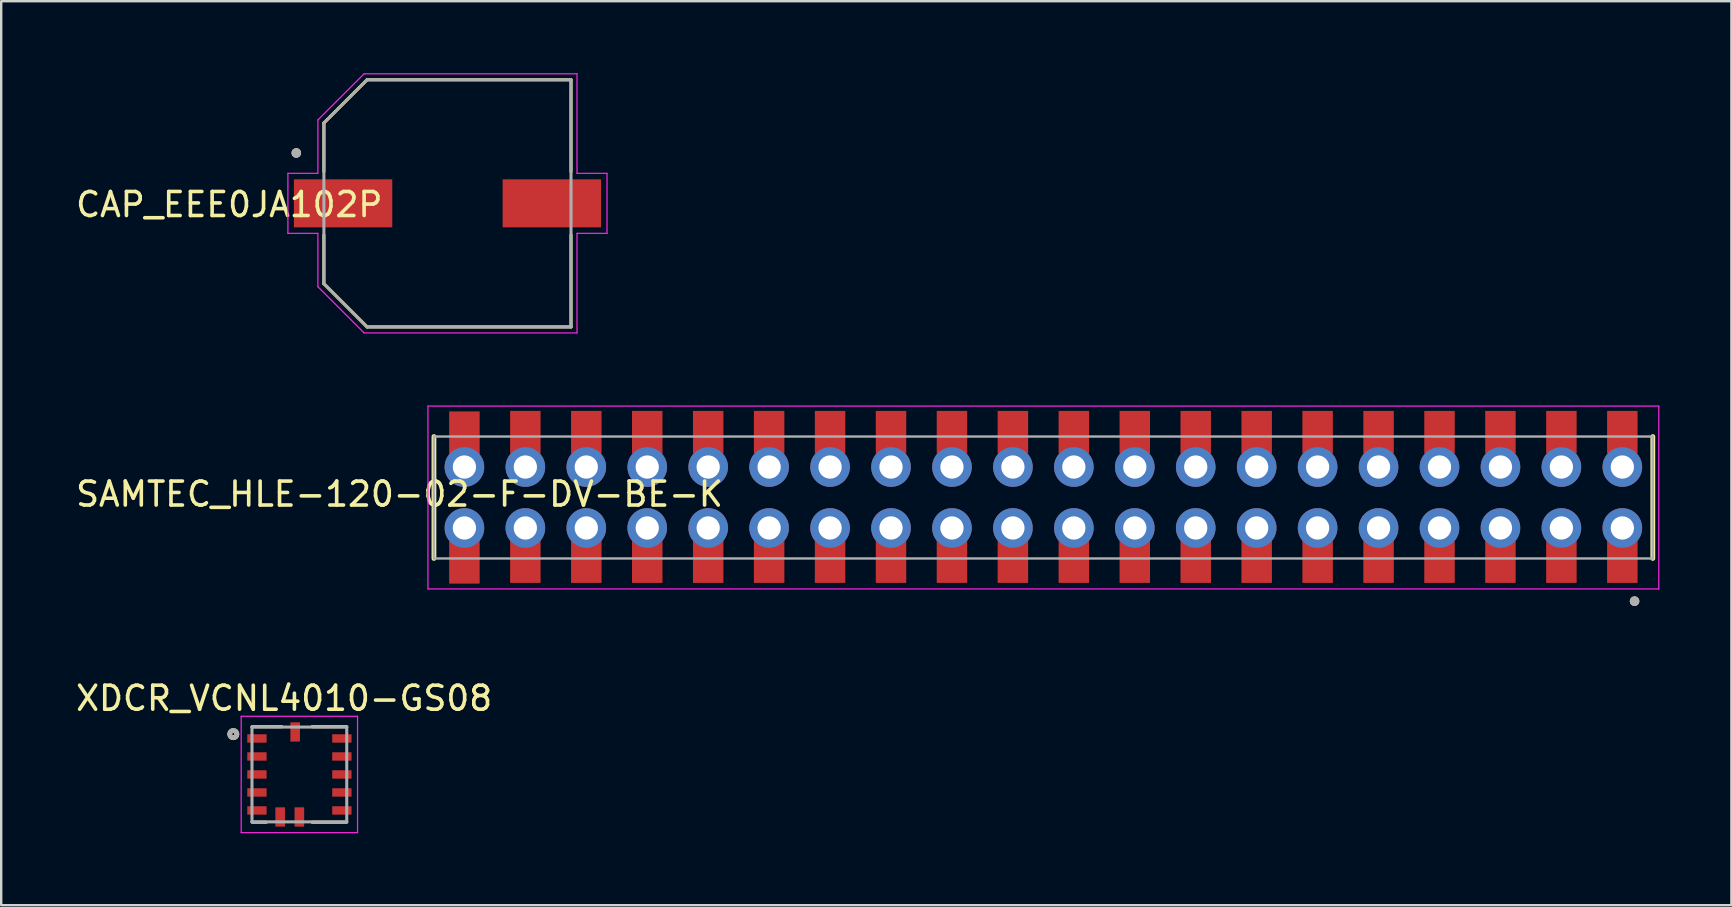
<source format=kicad_pcb>
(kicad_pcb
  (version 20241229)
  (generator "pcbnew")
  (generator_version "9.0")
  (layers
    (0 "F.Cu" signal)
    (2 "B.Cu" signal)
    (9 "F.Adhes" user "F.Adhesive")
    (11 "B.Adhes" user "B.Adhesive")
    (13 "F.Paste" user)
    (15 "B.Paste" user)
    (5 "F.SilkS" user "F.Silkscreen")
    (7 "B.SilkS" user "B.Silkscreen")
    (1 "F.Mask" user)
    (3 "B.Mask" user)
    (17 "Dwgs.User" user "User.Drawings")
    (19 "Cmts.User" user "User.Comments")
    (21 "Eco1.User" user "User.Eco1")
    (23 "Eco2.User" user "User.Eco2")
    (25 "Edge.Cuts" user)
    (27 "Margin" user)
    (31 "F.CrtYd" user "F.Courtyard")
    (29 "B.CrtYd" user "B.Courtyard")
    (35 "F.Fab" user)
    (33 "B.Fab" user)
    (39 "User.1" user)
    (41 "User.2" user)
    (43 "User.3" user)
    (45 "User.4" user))
  (footprint "XDCR_VCNL4010-GS08"
    (layer "F.Cu")
    (at 9.427 29.228)
    (property "Reference" "XDCR_VCNL4010-GS08" (at -0.635 -3.175 0) (layer "F.SilkS") (effects (font (size 1 1) (thickness 0.15))))
    (attr through_hole)
    (fp_line (start -1.975 -1.99) (end -0.73 -1.99) (stroke (width 0.127) (type solid)) (layer "F.SilkS"))
    (fp_line (start -1.375 1.99) (end -1.97 1.99) (stroke (width 0.127) (type solid)) (layer "F.SilkS"))
    (fp_line (start 0.53 1.99) (end 1.975 1.99) (stroke (width 0.127) (type solid)) (layer "F.SilkS"))
    (fp_line (start 1.975 -1.99) (end 0.53 -1.99) (stroke (width 0.127) (type solid)) (layer "F.SilkS"))
    (fp_circle (center -2.753 -1.681) (end -2.703 -1.681) (stroke (width 0.2) (type solid)) (fill no) (layer "F.SilkS"))
    (fp_line (start -2.425 -2.425) (end 2.425 -2.425) (stroke (width 0.05) (type solid)) (layer "F.CrtYd"))
    (fp_line (start -2.425 2.425) (end -2.425 -2.425) (stroke (width 0.05) (type solid)) (layer "F.CrtYd"))
    (fp_line (start 2.425 -2.425) (end 2.425 2.425) (stroke (width 0.05) (type solid)) (layer "F.CrtYd"))
    (fp_line (start 2.425 2.425) (end -2.425 2.425) (stroke (width 0.05) (type solid)) (layer "F.CrtYd"))
    (fp_line (start -1.975 -1.975) (end -1.975 1.975) (stroke (width 0.127) (type solid)) (layer "F.Fab"))
    (fp_line (start -1.975 -1.975) (end 1.975 -1.975) (stroke (width 0.127) (type solid)) (layer "F.Fab"))
    (fp_line (start 1.975 -1.975) (end 1.975 1.975) (stroke (width 0.127) (type solid)) (layer "F.Fab"))
    (fp_line (start 1.975 1.975) (end -1.975 1.975) (stroke (width 0.127) (type solid)) (layer "F.Fab"))
    (fp_circle (center -2.753 -1.681) (end -2.703 -1.681) (stroke (width 0.2) (type solid)) (fill no) (layer "F.Fab"))
    (pad "1" smd rect (at -1.768 -1.5) (size 0.805 0.35) (layers "F.Cu" "F.Mask" "F.Paste"))
    (pad "2" smd rect (at -1.768 -0.75) (size 0.805 0.35) (layers "F.Cu" "F.Mask" "F.Paste"))
    (pad "3" smd rect (at -1.768 0) (size 0.805 0.35) (layers "F.Cu" "F.Mask" "F.Paste"))
    (pad "4" smd rect (at -1.768 0.75) (size 0.805 0.35) (layers "F.Cu" "F.Mask" "F.Paste"))
    (pad "5" smd rect (at -1.768 1.5) (size 0.805 0.35) (layers "F.Cu" "F.Mask" "F.Paste"))
    (pad "6" smd rect (at -0.8 1.772) (size 0.4 0.805) (layers "F.Cu" "F.Mask" "F.Paste"))
    (pad "7" smd rect (at 1.772 1.5) (size 0.805 0.35) (layers "F.Cu" "F.Mask" "F.Paste"))
    (pad "8" smd rect (at 1.772 0.75) (size 0.805 0.35) (layers "F.Cu" "F.Mask" "F.Paste"))
    (pad "9" smd rect (at 1.772 0) (size 0.805 0.35) (layers "F.Cu" "F.Mask" "F.Paste"))
    (pad "10" smd rect (at 1.772 -0.75) (size 0.805 0.35) (layers "F.Cu" "F.Mask" "F.Paste"))
    (pad "11" smd rect (at 1.772 -1.5) (size 0.805 0.35) (layers "F.Cu" "F.Mask" "F.Paste"))
    (pad "12" smd rect (at -0.175 -1.772) (size 0.4 0.805) (layers "F.Cu" "F.Mask" "F.Paste"))
    (pad "13" smd rect (at 0 1.772) (size 0.4 0.805) (layers "F.Cu" "F.Mask" "F.Paste")))
  (footprint "SAMTEC_HLE-120-02-F-DV-BE-K"
    (layer "F.Cu")
    (at 40.436 17.685)
    (property "Reference" "SAMTEC_HLE-120-02-F-DV-BE-K" (at -26.835 -0.141 0) (layer "F.SilkS") (effects (font (size 1 1) (thickness 0.15))))
    (attr through_hole)
    (fp_line (start -25.4 2.54) (end -25.4 -2.54) (stroke (width 0.2) (type solid)) (layer "F.SilkS"))
    (fp_line (start 25.4 2.54) (end 25.4 -2.54) (stroke (width 0.2) (type solid)) (layer "F.SilkS"))
    (fp_circle (center 24.64 4.32) (end 24.74 4.32) (stroke (width 0.2) (type solid)) (fill no) (layer "F.SilkS"))
    (fp_line (start -25.65 -3.81) (end 25.65 -3.81) (stroke (width 0.05) (type solid)) (layer "F.CrtYd"))
    (fp_line (start -25.65 3.81) (end -25.65 -3.81) (stroke (width 0.05) (type solid)) (layer "F.CrtYd"))
    (fp_line (start 25.65 -3.81) (end 25.65 3.81) (stroke (width 0.05) (type solid)) (layer "F.CrtYd"))
    (fp_line (start 25.65 3.81) (end -25.65 3.81) (stroke (width 0.05) (type solid)) (layer "F.CrtYd"))
    (fp_line (start -25.4 -2.54) (end 25.4 -2.54) (stroke (width 0.1) (type solid)) (layer "F.Fab"))
    (fp_line (start -25.4 2.54) (end -25.4 -2.54) (stroke (width 0.1) (type solid)) (layer "F.Fab"))
    (fp_line (start 25.4 -2.54) (end 25.4 2.54) (stroke (width 0.1) (type solid)) (layer "F.Fab"))
    (fp_line (start 25.4 2.54) (end -25.4 2.54) (stroke (width 0.1) (type solid)) (layer "F.Fab"))
    (fp_circle (center 24.64 4.32) (end 24.74 4.32) (stroke (width 0.2) (type solid)) (fill no) (layer "F.Fab"))
    (pad "01" smd rect (at 24.13 -2.72) (size 1.27 1.778) (layers "F.Cu" "F.Mask" "F.Paste"))
    (pad "01" thru_hole circle (at 24.13 -1.27) (size 1.651 1.651) (drill 0.97) (layers "*.Cu" "*.Mask"))
    (pad "02" thru_hole circle (at 24.13 1.27) (size 1.651 1.651) (drill 0.97) (layers "*.Cu" "*.Mask"))
    (pad "02" smd rect (at 24.13 2.67) (size 1.27 1.778) (layers "F.Cu" "F.Mask" "F.Paste"))
    (pad "03" smd rect (at 21.59 -2.72) (size 1.27 1.778) (layers "F.Cu" "F.Mask" "F.Paste"))
    (pad "03" thru_hole circle (at 21.59 -1.27) (size 1.651 1.651) (drill 0.97) (layers "*.Cu" "*.Mask"))
    (pad "04" thru_hole circle (at 21.59 1.27) (size 1.651 1.651) (drill 0.97) (layers "*.Cu" "*.Mask"))
    (pad "04" smd rect (at 21.59 2.67) (size 1.27 1.778) (layers "F.Cu" "F.Mask" "F.Paste"))
    (pad "05" smd rect (at 19.05 -2.72) (size 1.27 1.778) (layers "F.Cu" "F.Mask" "F.Paste"))
    (pad "05" thru_hole circle (at 19.05 -1.27) (size 1.651 1.651) (drill 0.97) (layers "*.Cu" "*.Mask"))
    (pad "06" thru_hole circle (at 19.05 1.27) (size 1.651 1.651) (drill 0.97) (layers "*.Cu" "*.Mask"))
    (pad "06" smd rect (at 19.05 2.67) (size 1.27 1.778) (layers "F.Cu" "F.Mask" "F.Paste"))
    (pad "07" smd rect (at 16.51 -2.72) (size 1.27 1.778) (layers "F.Cu" "F.Mask" "F.Paste"))
    (pad "07" thru_hole circle (at 16.51 -1.27) (size 1.651 1.651) (drill 0.97) (layers "*.Cu" "*.Mask"))
    (pad "08" thru_hole circle (at 16.51 1.27) (size 1.651 1.651) (drill 0.97) (layers "*.Cu" "*.Mask"))
    (pad "08" smd rect (at 16.51 2.67) (size 1.27 1.778) (layers "F.Cu" "F.Mask" "F.Paste"))
    (pad "09" smd rect (at 13.97 -2.72) (size 1.27 1.778) (layers "F.Cu" "F.Mask" "F.Paste"))
    (pad "09" thru_hole circle (at 13.97 -1.27) (size 1.651 1.651) (drill 0.97) (layers "*.Cu" "*.Mask"))
    (pad "10" thru_hole circle (at 13.97 1.27) (size 1.651 1.651) (drill 0.97) (layers "*.Cu" "*.Mask"))
    (pad "10" smd rect (at 13.97 2.67) (size 1.27 1.778) (layers "F.Cu" "F.Mask" "F.Paste"))
    (pad "11" smd rect (at 11.43 -2.72) (size 1.27 1.778) (layers "F.Cu" "F.Mask" "F.Paste"))
    (pad "11" thru_hole circle (at 11.43 -1.27) (size 1.651 1.651) (drill 0.97) (layers "*.Cu" "*.Mask"))
    (pad "12" thru_hole circle (at 11.43 1.27) (size 1.651 1.651) (drill 0.97) (layers "*.Cu" "*.Mask"))
    (pad "12" smd rect (at 11.43 2.67) (size 1.27 1.778) (layers "F.Cu" "F.Mask" "F.Paste"))
    (pad "13" smd rect (at 8.89 -2.72) (size 1.27 1.778) (layers "F.Cu" "F.Mask" "F.Paste"))
    (pad "13" thru_hole circle (at 8.89 -1.27) (size 1.651 1.651) (drill 0.97) (layers "*.Cu" "*.Mask"))
    (pad "14" thru_hole circle (at 8.89 1.27) (size 1.651 1.651) (drill 0.97) (layers "*.Cu" "*.Mask"))
    (pad "14" smd rect (at 8.89 2.67) (size 1.27 1.778) (layers "F.Cu" "F.Mask" "F.Paste"))
    (pad "15" smd rect (at 6.35 -2.72) (size 1.27 1.778) (layers "F.Cu" "F.Mask" "F.Paste"))
    (pad "15" thru_hole circle (at 6.35 -1.27) (size 1.651 1.651) (drill 0.97) (layers "*.Cu" "*.Mask"))
    (pad "16" thru_hole circle (at 6.35 1.27) (size 1.651 1.651) (drill 0.97) (layers "*.Cu" "*.Mask"))
    (pad "16" smd rect (at 6.35 2.67) (size 1.27 1.778) (layers "F.Cu" "F.Mask" "F.Paste"))
    (pad "17" smd rect (at 3.81 -2.72) (size 1.27 1.778) (layers "F.Cu" "F.Mask" "F.Paste"))
    (pad "17" thru_hole circle (at 3.81 -1.27) (size 1.651 1.651) (drill 0.97) (layers "*.Cu" "*.Mask"))
    (pad "18" thru_hole circle (at 3.81 1.27) (size 1.651 1.651) (drill 0.97) (layers "*.Cu" "*.Mask"))
    (pad "18" smd rect (at 3.81 2.67) (size 1.27 1.778) (layers "F.Cu" "F.Mask" "F.Paste"))
    (pad "19" smd rect (at 1.27 -2.72) (size 1.27 1.778) (layers "F.Cu" "F.Mask" "F.Paste"))
    (pad "19" thru_hole circle (at 1.27 -1.27) (size 1.651 1.651) (drill 0.97) (layers "*.Cu" "*.Mask"))
    (pad "20" thru_hole circle (at 1.27 1.27) (size 1.651 1.651) (drill 0.97) (layers "*.Cu" "*.Mask"))
    (pad "20" smd rect (at 1.27 2.67) (size 1.27 1.778) (layers "F.Cu" "F.Mask" "F.Paste"))
    (pad "21" smd rect (at -1.27 -2.72) (size 1.27 1.778) (layers "F.Cu" "F.Mask" "F.Paste"))
    (pad "21" thru_hole circle (at -1.27 -1.27) (size 1.651 1.651) (drill 0.97) (layers "*.Cu" "*.Mask"))
    (pad "22" thru_hole circle (at -1.27 1.27) (size 1.651 1.651) (drill 0.97) (layers "*.Cu" "*.Mask"))
    (pad "22" smd rect (at -1.27 2.67) (size 1.27 1.778) (layers "F.Cu" "F.Mask" "F.Paste"))
    (pad "23" smd rect (at -3.81 -2.72) (size 1.27 1.778) (layers "F.Cu" "F.Mask" "F.Paste"))
    (pad "23" thru_hole circle (at -3.81 -1.27) (size 1.651 1.651) (drill 0.97) (layers "*.Cu" "*.Mask"))
    (pad "24" thru_hole circle (at -3.81 1.27) (size 1.651 1.651) (drill 0.97) (layers "*.Cu" "*.Mask"))
    (pad "24" smd rect (at -3.81 2.67) (size 1.27 1.778) (layers "F.Cu" "F.Mask" "F.Paste"))
    (pad "25" smd rect (at -6.35 -2.72) (size 1.27 1.778) (layers "F.Cu" "F.Mask" "F.Paste"))
    (pad "25" thru_hole circle (at -6.35 -1.27) (size 1.651 1.651) (drill 0.97) (layers "*.Cu" "*.Mask"))
    (pad "26" thru_hole circle (at -6.35 1.27) (size 1.651 1.651) (drill 0.97) (layers "*.Cu" "*.Mask"))
    (pad "26" smd rect (at -6.35 2.67) (size 1.27 1.778) (layers "F.Cu" "F.Mask" "F.Paste"))
    (pad "27" smd rect (at -8.89 -2.72) (size 1.27 1.778) (layers "F.Cu" "F.Mask" "F.Paste"))
    (pad "27" thru_hole circle (at -8.89 -1.27) (size 1.651 1.651) (drill 0.97) (layers "*.Cu" "*.Mask"))
    (pad "28" thru_hole circle (at -8.89 1.27) (size 1.651 1.651) (drill 0.97) (layers "*.Cu" "*.Mask"))
    (pad "28" smd rect (at -8.89 2.67) (size 1.27 1.778) (layers "F.Cu" "F.Mask" "F.Paste"))
    (pad "29" smd rect (at -11.43 -2.72) (size 1.27 1.778) (layers "F.Cu" "F.Mask" "F.Paste"))
    (pad "29" thru_hole circle (at -11.43 -1.27) (size 1.651 1.651) (drill 0.97) (layers "*.Cu" "*.Mask"))
    (pad "30" thru_hole circle (at -11.43 1.27) (size 1.651 1.651) (drill 0.97) (layers "*.Cu" "*.Mask"))
    (pad "30" smd rect (at -11.43 2.67) (size 1.27 1.778) (layers "F.Cu" "F.Mask" "F.Paste"))
    (pad "31" smd rect (at -13.97 -2.72) (size 1.27 1.778) (layers "F.Cu" "F.Mask" "F.Paste"))
    (pad "31" thru_hole circle (at -13.97 -1.27) (size 1.651 1.651) (drill 0.97) (layers "*.Cu" "*.Mask"))
    (pad "32" thru_hole circle (at -13.97 1.27) (size 1.651 1.651) (drill 0.97) (layers "*.Cu" "*.Mask"))
    (pad "32" smd rect (at -13.97 2.67) (size 1.27 1.778) (layers "F.Cu" "F.Mask" "F.Paste"))
    (pad "33" smd rect (at -16.51 -2.72) (size 1.27 1.778) (layers "F.Cu" "F.Mask" "F.Paste"))
    (pad "33" thru_hole circle (at -16.51 -1.27) (size 1.651 1.651) (drill 0.97) (layers "*.Cu" "*.Mask"))
    (pad "34" thru_hole circle (at -16.51 1.27) (size 1.651 1.651) (drill 0.97) (layers "*.Cu" "*.Mask"))
    (pad "34" smd rect (at -16.51 2.67) (size 1.27 1.778) (layers "F.Cu" "F.Mask" "F.Paste"))
    (pad "35" smd rect (at -19.05 -2.72) (size 1.27 1.778) (layers "F.Cu" "F.Mask" "F.Paste"))
    (pad "35" thru_hole circle (at -19.05 -1.27) (size 1.651 1.651) (drill 0.97) (layers "*.Cu" "*.Mask"))
    (pad "36" thru_hole circle (at -19.05 1.27) (size 1.651 1.651) (drill 0.97) (layers "*.Cu" "*.Mask"))
    (pad "36" smd rect (at -19.05 2.67) (size 1.27 1.778) (layers "F.Cu" "F.Mask" "F.Paste"))
    (pad "37" smd rect (at -21.59 -2.72) (size 1.27 1.778) (layers "F.Cu" "F.Mask" "F.Paste"))
    (pad "37" thru_hole circle (at -21.59 -1.27) (size 1.651 1.651) (drill 0.97) (layers "*.Cu" "*.Mask"))
    (pad "38" thru_hole circle (at -21.59 1.27) (size 1.651 1.651) (drill 0.97) (layers "*.Cu" "*.Mask"))
    (pad "38" smd rect (at -21.59 2.67) (size 1.27 1.778) (layers "F.Cu" "F.Mask" "F.Paste"))
    (pad "39" smd rect (at -24.13 -2.7) (size 1.27 1.778) (layers "F.Cu" "F.Mask" "F.Paste"))
    (pad "39" thru_hole circle (at -24.13 -1.27) (size 1.651 1.651) (drill 0.97) (layers "*.Cu" "*.Mask"))
    (pad "40" thru_hole circle (at -24.13 1.27) (size 1.651 1.651) (drill 0.97) (layers "*.Cu" "*.Mask"))
    (pad "40" smd rect (at -24.13 2.7) (size 1.27 1.778) (layers "F.Cu" "F.Mask" "F.Paste")))
  (footprint "CAP_EEE0JA102P"
    (layer "F.Cu")
    (at 15.599 5.425)
    (property "Reference" "CAP_EEE0JA102P" (at -9.093 0.051 0) (layer "F.SilkS") (effects (font (size 1 1) (thickness 0.15))))
    (attr through_hole)
    (fp_line (start -5.15 -3.35) (end -5.15 -1.32) (stroke (width 0.127) (type solid)) (layer "F.SilkS"))
    (fp_line (start -5.15 1.32) (end -5.15 3.35) (stroke (width 0.127) (type solid)) (layer "F.SilkS"))
    (fp_line (start -5.15 3.35) (end -3.35 5.15) (stroke (width 0.127) (type solid)) (layer "F.SilkS"))
    (fp_line (start -3.35 -5.15) (end -5.15 -3.35) (stroke (width 0.127) (type solid)) (layer "F.SilkS"))
    (fp_line (start -3.35 5.15) (end 5.15 5.15) (stroke (width 0.127) (type solid)) (layer "F.SilkS"))
    (fp_line (start 5.15 -5.15) (end -3.35 -5.15) (stroke (width 0.127) (type solid)) (layer "F.SilkS"))
    (fp_line (start 5.15 -1.32) (end 5.15 -5.15) (stroke (width 0.127) (type solid)) (layer "F.SilkS"))
    (fp_line (start 5.15 5.15) (end 5.15 1.32) (stroke (width 0.127) (type solid)) (layer "F.SilkS"))
    (fp_circle (center -6.3 -2.1) (end -6.2 -2.1) (stroke (width 0.2) (type solid)) (fill no) (layer "F.SilkS"))
    (fp_line (start -6.65 -1.25) (end -5.4 -1.25) (stroke (width 0.05) (type solid)) (layer "F.CrtYd"))
    (fp_line (start -6.65 1.25) (end -6.65 -1.25) (stroke (width 0.05) (type solid)) (layer "F.CrtYd"))
    (fp_line (start -5.4 -3.475) (end -3.475 -5.4) (stroke (width 0.05) (type solid)) (layer "F.CrtYd"))
    (fp_line (start -5.4 -1.25) (end -5.4 -3.475) (stroke (width 0.05) (type solid)) (layer "F.CrtYd"))
    (fp_line (start -5.4 1.25) (end -6.65 1.25) (stroke (width 0.05) (type solid)) (layer "F.CrtYd"))
    (fp_line (start -5.4 3.475) (end -5.4 1.25) (stroke (width 0.05) (type solid)) (layer "F.CrtYd"))
    (fp_line (start -3.475 -5.4) (end 5.4 -5.4) (stroke (width 0.05) (type solid)) (layer "F.CrtYd"))
    (fp_line (start -3.475 5.4) (end -5.4 3.475) (stroke (width 0.05) (type solid)) (layer "F.CrtYd"))
    (fp_line (start 5.4 -5.4) (end 5.4 -1.25) (stroke (width 0.05) (type solid)) (layer "F.CrtYd"))
    (fp_line (start 5.4 -1.25) (end 6.65 -1.25) (stroke (width 0.05) (type solid)) (layer "F.CrtYd"))
    (fp_line (start 5.4 1.25) (end 5.4 5.4) (stroke (width 0.05) (type solid)) (layer "F.CrtYd"))
    (fp_line (start 5.4 5.4) (end -3.475 5.4) (stroke (width 0.05) (type solid)) (layer "F.CrtYd"))
    (fp_line (start 6.65 -1.25) (end 6.65 1.25) (stroke (width 0.05) (type solid)) (layer "F.CrtYd"))
    (fp_line (start 6.65 1.25) (end 5.4 1.25) (stroke (width 0.05) (type solid)) (layer "F.CrtYd"))
    (fp_line (start -5.15 -3.35) (end -5.15 3.35) (stroke (width 0.127) (type solid)) (layer "F.Fab"))
    (fp_line (start -5.15 3.35) (end -3.35 5.15) (stroke (width 0.127) (type solid)) (layer "F.Fab"))
    (fp_line (start -3.35 -5.15) (end -5.15 -3.35) (stroke (width 0.127) (type solid)) (layer "F.Fab"))
    (fp_line (start -3.35 5.15) (end 5.15 5.15) (stroke (width 0.127) (type solid)) (layer "F.Fab"))
    (fp_line (start 5.15 -5.15) (end -3.35 -5.15) (stroke (width 0.127) (type solid)) (layer "F.Fab"))
    (fp_line (start 5.15 5.15) (end 5.15 -5.15) (stroke (width 0.127) (type solid)) (layer "F.Fab"))
    (fp_circle (center -6.3 -2.1) (end -6.2 -2.1) (stroke (width 0.2) (type solid)) (fill no) (layer "F.Fab"))
    (pad "1" smd rect (at -4.35 0) (size 4.1 2) (layers "F.Cu" "F.Mask" "F.Paste"))
    (pad "2" smd rect (at 4.35 0) (size 4.1 2) (layers "F.Cu" "F.Mask" "F.Paste")))
  (gr_rect
    (start -3 -3)
    (end 69.111 34.678)
    (stroke (width 0.1) (type default))
    (fill no)
    (layer "Edge.Cuts")))
</source>
